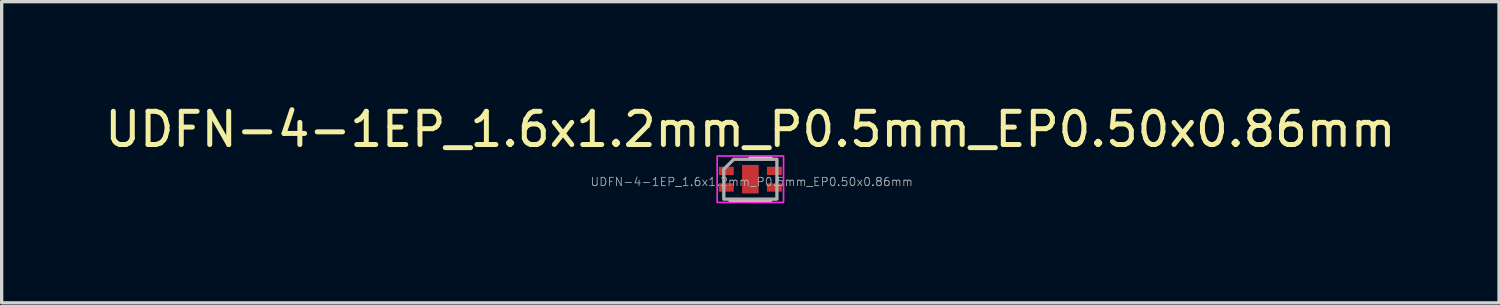
<source format=kicad_pcb>
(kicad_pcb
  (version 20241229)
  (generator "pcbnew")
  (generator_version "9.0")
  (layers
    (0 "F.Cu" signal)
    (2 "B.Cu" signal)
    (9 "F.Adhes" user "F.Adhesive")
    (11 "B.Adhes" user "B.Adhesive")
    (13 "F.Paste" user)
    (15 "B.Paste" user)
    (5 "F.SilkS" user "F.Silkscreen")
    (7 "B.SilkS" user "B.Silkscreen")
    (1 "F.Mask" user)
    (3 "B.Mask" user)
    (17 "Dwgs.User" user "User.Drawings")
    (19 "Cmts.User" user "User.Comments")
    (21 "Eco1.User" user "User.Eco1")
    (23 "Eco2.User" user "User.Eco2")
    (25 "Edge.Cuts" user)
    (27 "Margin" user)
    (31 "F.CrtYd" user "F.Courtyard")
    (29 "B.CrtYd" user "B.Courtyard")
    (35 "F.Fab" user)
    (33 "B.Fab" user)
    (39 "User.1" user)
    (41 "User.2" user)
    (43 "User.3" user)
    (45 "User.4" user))
  (footprint "UDFN-4-1EP_1.6x1.2mm_P0.5mm_EP0.50x0.86mm"
    (layer "F.Cu")
    (at 19.554 2.348)
    (property "Reference" "UDFN-4-1EP_1.6x1.2mm_P0.5mm_EP0.50x0.86mm" (at 0 -1.5 0) (layer "F.SilkS") (effects (font (size 1 1) (thickness 0.15))))
    (attr smd)
    (fp_line (start 0.61 -0.63) (end 0 -0.63) (stroke (width 0.12) (type solid)) (layer "F.SilkS"))
    (fp_line (start 0.61 0.63) (end -0.61 0.63) (stroke (width 0.12) (type solid)) (layer "F.SilkS"))
    (fp_rect (start -1 -0.7) (end 1 0.7) (stroke (width 0.05) (type solid)) (fill no) (layer "F.CrtYd"))
    (fp_poly (pts (xy 0.8 0.6) (xy -0.8 0.6) (xy -0.8 -0.3) (xy -0.5 -0.6) (xy 0.8 -0.6)) (stroke (width 0.1) (type solid)) (fill no) (layer "F.Fab"))
    (fp_text user "${REFERENCE}" (at 0.04 0.08 0) (layer "F.Fab") (effects (font (size 0.25 0.25) (thickness 0.025))))
    (pad "1" smd rect (at -0.725 -0.25) (size 0.45 0.25) (layers "F.Cu" "F.Mask" "F.Paste"))
    (pad "2" smd rect (at -0.725 0.25) (size 0.45 0.25) (layers "F.Cu" "F.Mask" "F.Paste"))
    (pad "3" smd rect (at 0.725 0.25) (size 0.45 0.25) (layers "F.Cu" "F.Mask" "F.Paste"))
    (pad "4" smd rect (at 0.725 -0.25) (size 0.45 0.25) (layers "F.Cu" "F.Mask" "F.Paste"))
    (pad "5" smd rect (at 0 0) (size 0.5 0.86) (layers "F.Cu" "F.Mask" "F.Paste")))
  (gr_rect
    (start -3 -3)
    (end 42.107 6.073)
    (stroke (width 0.1) (type default))
    (fill no)
    (layer "Edge.Cuts")))
</source>
